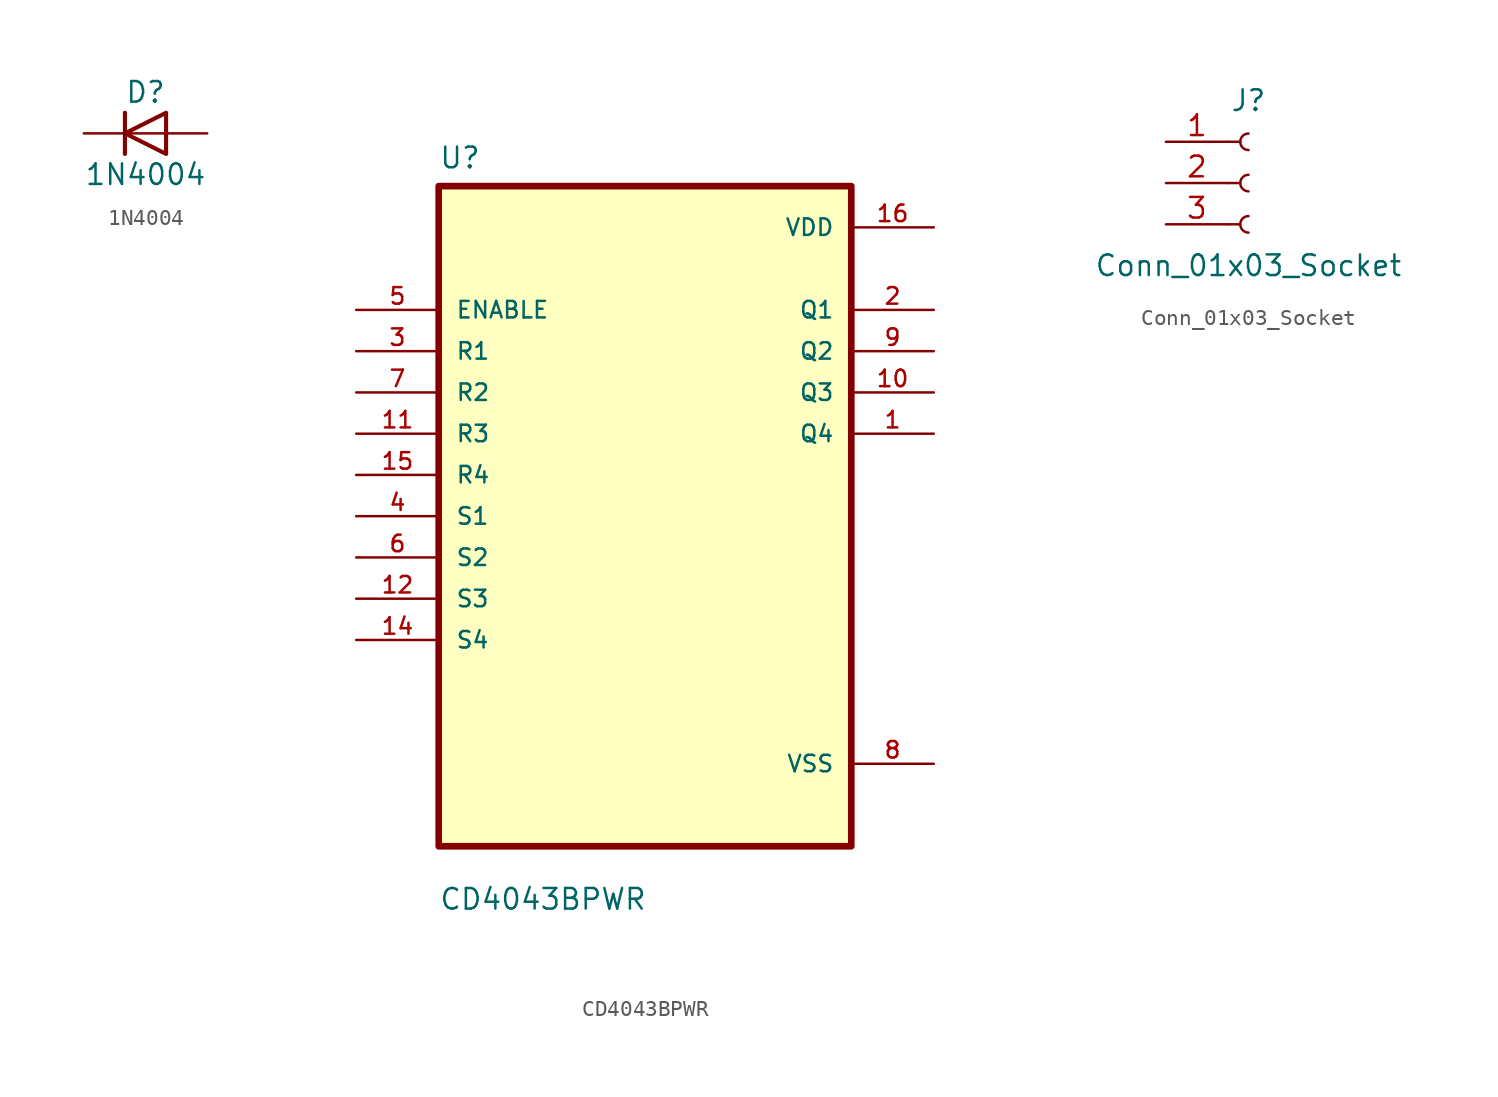
<source format=kicad_sym>
(kicad_symbol_lib
  (version 20220914)
  (generator kicad_symbol_editor)
  (symbol "1N4004"
    (pin_numbers hide)
    (pin_names hide)
    (property "Reference" "D"
      (at 0 2.54 0)
      (effects (font (size 1.27 1.27))))
    (property "Value" "1N4004"
      (at 0 -2.54 0)
      (effects (font (size 1.27 1.27))))
    (symbol "1N4004_0_1"
      (polyline (pts (xy -1.27 1.27) (xy -1.27 -1.27)) (stroke (width 0.254) (type default)) (fill (type none)))
      (polyline (pts (xy 1.27 0) (xy -1.27 0)) (stroke (width 0) (type default)) (fill (type none)))
      (polyline (pts (xy 1.27 1.27) (xy 1.27 -1.27) (xy -1.27 0) (xy 1.27 1.27)) (stroke (width 0.254) (type default)) (fill (type none))))
    (symbol "1N4004_1_1"
      (pin passive line (at -3.81 0 0) (length 2.54) (name "K" (effects (font (size 1.27 1.27)))) (number "1" (effects (font (size 1.27 1.27)))))
      (pin passive line (at 3.81 0 180) (length 2.54) (name "A" (effects (font (size 1.27 1.27)))) (number "2" (effects (font (size 1.27 1.27)))))))
  (symbol "CD4043BPWR"
    (pin_names
      (offset 1.016))
    (property "Reference" "U"
      (at -12.7 21.32 0)
      (effects (font (size 1.27 1.27)) (justify left bottom)))
    (property "Value" "CD4043BPWR"
      (at -12.7 -24.32 0)
      (effects (font (size 1.27 1.27)) (justify left bottom)))
    (symbol "CD4043BPWR_0_0"
      (rectangle (start -12.7 20.32) (end 12.7 -20.32) (stroke (width 0.41) (type default)) (fill (type background)))
      (pin output line (at 17.78 5.08 180) (length 5.08) (name "Q4" (effects (font (size 1.016 1.016)))) (number "1" (effects (font (size 1.016 1.016)))))
      (pin output line (at 17.78 7.62 180) (length 5.08) (name "Q3" (effects (font (size 1.016 1.016)))) (number "10" (effects (font (size 1.016 1.016)))))
      (pin input line (at -17.78 5.08 0) (length 5.08) (name "R3" (effects (font (size 1.016 1.016)))) (number "11" (effects (font (size 1.016 1.016)))))
      (pin input line (at -17.78 -5.08 0) (length 5.08) (name "S3" (effects (font (size 1.016 1.016)))) (number "12" (effects (font (size 1.016 1.016)))))
      (pin input line (at -17.78 -7.62 0) (length 5.08) (name "S4" (effects (font (size 1.016 1.016)))) (number "14" (effects (font (size 1.016 1.016)))))
      (pin input line (at -17.78 2.54 0) (length 5.08) (name "R4" (effects (font (size 1.016 1.016)))) (number "15" (effects (font (size 1.016 1.016)))))
      (pin power_in line (at 17.78 17.78 180) (length 5.08) (name "VDD" (effects (font (size 1.016 1.016)))) (number "16" (effects (font (size 1.016 1.016)))))
      (pin output line (at 17.78 12.7 180) (length 5.08) (name "Q1" (effects (font (size 1.016 1.016)))) (number "2" (effects (font (size 1.016 1.016)))))
      (pin input line (at -17.78 10.16 0) (length 5.08) (name "R1" (effects (font (size 1.016 1.016)))) (number "3" (effects (font (size 1.016 1.016)))))
      (pin input line (at -17.78 0 0) (length 5.08) (name "S1" (effects (font (size 1.016 1.016)))) (number "4" (effects (font (size 1.016 1.016)))))
      (pin input line (at -17.78 12.7 0) (length 5.08) (name "ENABLE" (effects (font (size 1.016 1.016)))) (number "5" (effects (font (size 1.016 1.016)))))
      (pin input line (at -17.78 -2.54 0) (length 5.08) (name "S2" (effects (font (size 1.016 1.016)))) (number "6" (effects (font (size 1.016 1.016)))))
      (pin input line (at -17.78 7.62 0) (length 5.08) (name "R2" (effects (font (size 1.016 1.016)))) (number "7" (effects (font (size 1.016 1.016)))))
      (pin power_in line (at 17.78 -15.24 180) (length 5.08) (name "VSS" (effects (font (size 1.016 1.016)))) (number "8" (effects (font (size 1.016 1.016)))))
      (pin output line (at 17.78 10.16 180) (length 5.08) (name "Q2" (effects (font (size 1.016 1.016)))) (number "9" (effects (font (size 1.016 1.016)))))))
  (symbol "Conn_01x03_Socket"
    (pin_names
      (offset 1.016) hide)
    (property "Reference" "J"
      (at 0 5.08 0)
      (effects (font (size 1.27 1.27))))
    (property "Value" "Conn_01x03_Socket"
      (at 0 -5.08 0)
      (effects (font (size 1.27 1.27))))
    (symbol "Conn_01x03_Socket_1_1"
      (arc (start 0 -2.032) (mid -0.5058 -2.54) (end 0 -3.048) (stroke (width 0.1524) (type default)) (fill (type none)))
      (polyline (pts (xy -1.27 -2.54) (xy -0.508 -2.54)) (stroke (width 0.152) (type default)) (fill (type none)))
      (polyline (pts (xy -1.27 0) (xy -0.508 0)) (stroke (width 0.152) (type default)) (fill (type none)))
      (polyline (pts (xy -1.27 2.54) (xy -0.508 2.54)) (stroke (width 0.152) (type default)) (fill (type none)))
      (arc (start 0 0.508) (mid -0.5058 0) (end 0 -0.508) (stroke (width 0.1524) (type default)) (fill (type none)))
      (arc (start 0 3.048) (mid -0.5058 2.54) (end 0 2.032) (stroke (width 0.1524) (type default)) (fill (type none)))
      (pin passive line (at -5.08 2.54 0) (length 3.81) (name "Pin_1" (effects (font (size 1.27 1.27)))) (number "1" (effects (font (size 1.27 1.27)))))
      (pin passive line (at -5.08 0 0) (length 3.81) (name "Pin_2" (effects (font (size 1.27 1.27)))) (number "2" (effects (font (size 1.27 1.27)))))
      (pin passive line (at -5.08 -2.54 0) (length 3.81) (name "Pin_3" (effects (font (size 1.27 1.27)))) (number "3" (effects (font (size 1.27 1.27))))))))
</source>
